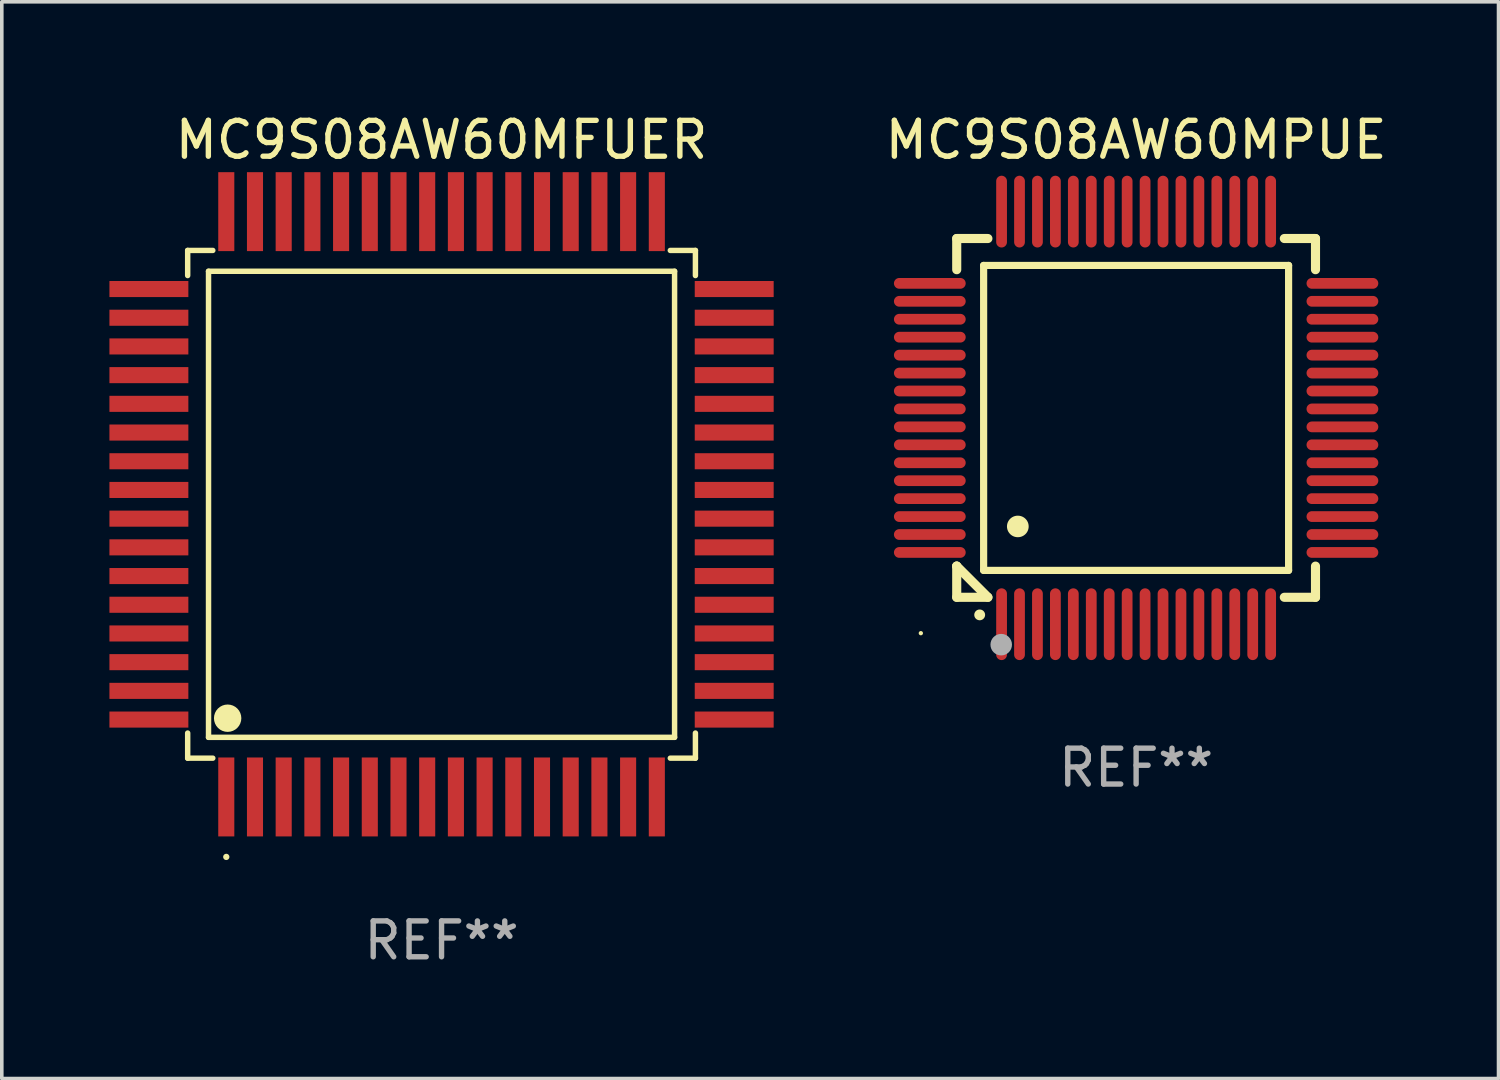
<source format=kicad_pcb>
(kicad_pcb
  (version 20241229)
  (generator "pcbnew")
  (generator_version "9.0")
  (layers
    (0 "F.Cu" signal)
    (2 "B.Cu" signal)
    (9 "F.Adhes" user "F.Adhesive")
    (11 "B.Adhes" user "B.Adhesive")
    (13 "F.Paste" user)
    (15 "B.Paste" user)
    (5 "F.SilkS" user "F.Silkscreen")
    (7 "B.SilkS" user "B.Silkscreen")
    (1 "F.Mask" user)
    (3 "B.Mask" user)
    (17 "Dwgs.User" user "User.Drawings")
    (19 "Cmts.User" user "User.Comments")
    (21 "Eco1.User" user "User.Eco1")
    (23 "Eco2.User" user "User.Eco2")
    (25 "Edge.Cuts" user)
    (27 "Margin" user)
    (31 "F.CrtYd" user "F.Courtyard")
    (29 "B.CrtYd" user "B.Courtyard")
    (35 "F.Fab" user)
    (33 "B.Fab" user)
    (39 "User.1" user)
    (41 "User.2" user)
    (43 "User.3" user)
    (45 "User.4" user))
  (footprint "MC9S08AW60MFUER"
    (layer "F.Cu")
    (at 9.257 11.006)
    (property "Reference" "MC9S08AW60MFUER" (at 0 -10.157 0) (layer "F.SilkS") (effects (font (size 1 1) (thickness 0.15))))
    (attr through_hole)
    (fp_line (start -7.076 -7.076) (end -7.076 -6.376) (stroke (width 0.152) (type solid)) (layer "F.SilkS"))
    (fp_line (start -7.076 7.076) (end -7.076 6.376) (stroke (width 0.152) (type solid)) (layer "F.SilkS"))
    (fp_line (start -6.495 -6.495) (end 6.495 -6.495) (stroke (width 0.152) (type solid)) (layer "F.SilkS"))
    (fp_line (start -6.495 6.495) (end -6.495 -6.495) (stroke (width 0.152) (type solid)) (layer "F.SilkS"))
    (fp_line (start -6.376 -7.076) (end -7.076 -7.076) (stroke (width 0.152) (type solid)) (layer "F.SilkS"))
    (fp_line (start -6.376 7.076) (end -7.076 7.076) (stroke (width 0.152) (type solid)) (layer "F.SilkS"))
    (fp_line (start 6.376 -7.076) (end 7.076 -7.076) (stroke (width 0.152) (type solid)) (layer "F.SilkS"))
    (fp_line (start 6.376 7.076) (end 7.076 7.076) (stroke (width 0.152) (type solid)) (layer "F.SilkS"))
    (fp_line (start 6.495 -6.495) (end 6.495 6.495) (stroke (width 0.152) (type solid)) (layer "F.SilkS"))
    (fp_line (start 6.495 6.495) (end -6.495 6.495) (stroke (width 0.152) (type solid)) (layer "F.SilkS"))
    (fp_line (start 7.076 -7.076) (end 7.076 -6.376) (stroke (width 0.152) (type solid)) (layer "F.SilkS"))
    (fp_line (start 7.076 7.076) (end 7.076 6.376) (stroke (width 0.152) (type solid)) (layer "F.SilkS"))
    (fp_circle (center -6 9.828) (end -5.956 9.828) (stroke (width 0.088) (type solid)) (fill no) (layer "F.SilkS"))
    (fp_circle (center -5.962 5.962) (end -5.771 5.962) (stroke (width 0.381) (type solid)) (fill no) (layer "F.SilkS"))
    (fp_text user "REF**" (at 0 12.157 0) (layer "F.Fab") (effects (font (size 1 1) (thickness 0.15))))
    (pad "1" smd rect (at -6 8.157 90) (size 2.2 0.448) (layers "F.Cu" "F.Mask" "F.Paste"))
    (pad "2" smd rect (at -5.2 8.157 90) (size 2.2 0.448) (layers "F.Cu" "F.Mask" "F.Paste"))
    (pad "3" smd rect (at -4.4 8.157 90) (size 2.2 0.448) (layers "F.Cu" "F.Mask" "F.Paste"))
    (pad "4" smd rect (at -3.6 8.157 90) (size 2.2 0.448) (layers "F.Cu" "F.Mask" "F.Paste"))
    (pad "5" smd rect (at -2.8 8.157 90) (size 2.2 0.448) (layers "F.Cu" "F.Mask" "F.Paste"))
    (pad "6" smd rect (at -2 8.157 90) (size 2.2 0.448) (layers "F.Cu" "F.Mask" "F.Paste"))
    (pad "7" smd rect (at -1.2 8.157 90) (size 2.2 0.448) (layers "F.Cu" "F.Mask" "F.Paste"))
    (pad "8" smd rect (at -0.4 8.157 90) (size 2.2 0.448) (layers "F.Cu" "F.Mask" "F.Paste"))
    (pad "9" smd rect (at 0.4 8.157 90) (size 2.2 0.448) (layers "F.Cu" "F.Mask" "F.Paste"))
    (pad "10" smd rect (at 1.2 8.157 90) (size 2.2 0.448) (layers "F.Cu" "F.Mask" "F.Paste"))
    (pad "11" smd rect (at 2 8.157 90) (size 2.2 0.448) (layers "F.Cu" "F.Mask" "F.Paste"))
    (pad "12" smd rect (at 2.8 8.157 90) (size 2.2 0.448) (layers "F.Cu" "F.Mask" "F.Paste"))
    (pad "13" smd rect (at 3.6 8.157 90) (size 2.2 0.448) (layers "F.Cu" "F.Mask" "F.Paste"))
    (pad "14" smd rect (at 4.4 8.157 90) (size 2.2 0.448) (layers "F.Cu" "F.Mask" "F.Paste"))
    (pad "15" smd rect (at 5.2 8.157 90) (size 2.2 0.448) (layers "F.Cu" "F.Mask" "F.Paste"))
    (pad "16" smd rect (at 6 8.157 90) (size 2.2 0.448) (layers "F.Cu" "F.Mask" "F.Paste"))
    (pad "17" smd rect (at 8.157 6 90) (size 0.448 2.2) (layers "F.Cu" "F.Mask" "F.Paste"))
    (pad "18" smd rect (at 8.157 5.2 90) (size 0.448 2.2) (layers "F.Cu" "F.Mask" "F.Paste"))
    (pad "19" smd rect (at 8.157 4.4 90) (size 0.448 2.2) (layers "F.Cu" "F.Mask" "F.Paste"))
    (pad "20" smd rect (at 8.157 3.6 90) (size 0.448 2.2) (layers "F.Cu" "F.Mask" "F.Paste"))
    (pad "21" smd rect (at 8.157 2.8 90) (size 0.448 2.2) (layers "F.Cu" "F.Mask" "F.Paste"))
    (pad "22" smd rect (at 8.157 2 90) (size 0.448 2.2) (layers "F.Cu" "F.Mask" "F.Paste"))
    (pad "23" smd rect (at 8.157 1.2 90) (size 0.448 2.2) (layers "F.Cu" "F.Mask" "F.Paste"))
    (pad "24" smd rect (at 8.157 0.4 90) (size 0.448 2.2) (layers "F.Cu" "F.Mask" "F.Paste"))
    (pad "25" smd rect (at 8.157 -0.4 90) (size 0.448 2.2) (layers "F.Cu" "F.Mask" "F.Paste"))
    (pad "26" smd rect (at 8.157 -1.2 90) (size 0.448 2.2) (layers "F.Cu" "F.Mask" "F.Paste"))
    (pad "27" smd rect (at 8.157 -2 90) (size 0.448 2.2) (layers "F.Cu" "F.Mask" "F.Paste"))
    (pad "28" smd rect (at 8.157 -2.8 90) (size 0.448 2.2) (layers "F.Cu" "F.Mask" "F.Paste"))
    (pad "29" smd rect (at 8.157 -3.6 90) (size 0.448 2.2) (layers "F.Cu" "F.Mask" "F.Paste"))
    (pad "30" smd rect (at 8.157 -4.4 90) (size 0.448 2.2) (layers "F.Cu" "F.Mask" "F.Paste"))
    (pad "31" smd rect (at 8.157 -5.2 90) (size 0.448 2.2) (layers "F.Cu" "F.Mask" "F.Paste"))
    (pad "32" smd rect (at 8.157 -6 90) (size 0.448 2.2) (layers "F.Cu" "F.Mask" "F.Paste"))
    (pad "33" smd rect (at 6 -8.157 90) (size 2.2 0.448) (layers "F.Cu" "F.Mask" "F.Paste"))
    (pad "34" smd rect (at 5.2 -8.157 90) (size 2.2 0.448) (layers "F.Cu" "F.Mask" "F.Paste"))
    (pad "35" smd rect (at 4.4 -8.157 90) (size 2.2 0.448) (layers "F.Cu" "F.Mask" "F.Paste"))
    (pad "36" smd rect (at 3.6 -8.157 90) (size 2.2 0.448) (layers "F.Cu" "F.Mask" "F.Paste"))
    (pad "37" smd rect (at 2.8 -8.157 90) (size 2.2 0.448) (layers "F.Cu" "F.Mask" "F.Paste"))
    (pad "38" smd rect (at 2 -8.157 90) (size 2.2 0.448) (layers "F.Cu" "F.Mask" "F.Paste"))
    (pad "39" smd rect (at 1.2 -8.157 90) (size 2.2 0.448) (layers "F.Cu" "F.Mask" "F.Paste"))
    (pad "40" smd rect (at 0.4 -8.157 90) (size 2.2 0.448) (layers "F.Cu" "F.Mask" "F.Paste"))
    (pad "41" smd rect (at -0.4 -8.157 90) (size 2.2 0.448) (layers "F.Cu" "F.Mask" "F.Paste"))
    (pad "42" smd rect (at -1.2 -8.157 90) (size 2.2 0.448) (layers "F.Cu" "F.Mask" "F.Paste"))
    (pad "43" smd rect (at -2 -8.157 90) (size 2.2 0.448) (layers "F.Cu" "F.Mask" "F.Paste"))
    (pad "44" smd rect (at -2.8 -8.157 90) (size 2.2 0.448) (layers "F.Cu" "F.Mask" "F.Paste"))
    (pad "45" smd rect (at -3.6 -8.157 90) (size 2.2 0.448) (layers "F.Cu" "F.Mask" "F.Paste"))
    (pad "46" smd rect (at -4.4 -8.157 90) (size 2.2 0.448) (layers "F.Cu" "F.Mask" "F.Paste"))
    (pad "47" smd rect (at -5.2 -8.157 90) (size 2.2 0.448) (layers "F.Cu" "F.Mask" "F.Paste"))
    (pad "48" smd rect (at -6 -8.157 90) (size 2.2 0.448) (layers "F.Cu" "F.Mask" "F.Paste"))
    (pad "49" smd rect (at -8.157 -6 90) (size 0.448 2.2) (layers "F.Cu" "F.Mask" "F.Paste"))
    (pad "50" smd rect (at -8.157 -5.2 90) (size 0.448 2.2) (layers "F.Cu" "F.Mask" "F.Paste"))
    (pad "51" smd rect (at -8.157 -4.4 90) (size 0.448 2.2) (layers "F.Cu" "F.Mask" "F.Paste"))
    (pad "52" smd rect (at -8.157 -3.6 90) (size 0.448 2.2) (layers "F.Cu" "F.Mask" "F.Paste"))
    (pad "53" smd rect (at -8.157 -2.8 90) (size 0.448 2.2) (layers "F.Cu" "F.Mask" "F.Paste"))
    (pad "54" smd rect (at -8.157 -2 90) (size 0.448 2.2) (layers "F.Cu" "F.Mask" "F.Paste"))
    (pad "55" smd rect (at -8.157 -1.2 90) (size 0.448 2.2) (layers "F.Cu" "F.Mask" "F.Paste"))
    (pad "56" smd rect (at -8.157 -0.4 90) (size 0.448 2.2) (layers "F.Cu" "F.Mask" "F.Paste"))
    (pad "57" smd rect (at -8.157 0.4 90) (size 0.448 2.2) (layers "F.Cu" "F.Mask" "F.Paste"))
    (pad "58" smd rect (at -8.157 1.2 90) (size 0.448 2.2) (layers "F.Cu" "F.Mask" "F.Paste"))
    (pad "59" smd rect (at -8.157 2 90) (size 0.448 2.2) (layers "F.Cu" "F.Mask" "F.Paste"))
    (pad "60" smd rect (at -8.157 2.8 90) (size 0.448 2.2) (layers "F.Cu" "F.Mask" "F.Paste"))
    (pad "61" smd rect (at -8.157 3.6 90) (size 0.448 2.2) (layers "F.Cu" "F.Mask" "F.Paste"))
    (pad "62" smd rect (at -8.157 4.4 90) (size 0.448 2.2) (layers "F.Cu" "F.Mask" "F.Paste"))
    (pad "63" smd rect (at -8.157 5.2 90) (size 0.448 2.2) (layers "F.Cu" "F.Mask" "F.Paste"))
    (pad "64" smd rect (at -8.157 6 90) (size 0.448 2.2) (layers "F.Cu" "F.Mask" "F.Paste")))
  (footprint "MC9S08AW60MPUE"
    (layer "F.Cu")
    (at 28.616 8.598)
    (property "Reference" "MC9S08AW60MPUE" (at 0 -7.75 0) (layer "F.SilkS") (effects (font (size 1 1) (thickness 0.15))))
    (attr through_hole)
    (fp_line (start -5 -5) (end -4.131 -5) (stroke (width 0.254) (type solid)) (layer "F.SilkS"))
    (fp_line (start -5 -4.131) (end -5 -5) (stroke (width 0.254) (type solid)) (layer "F.SilkS"))
    (fp_line (start -5 4.131) (end -5 4.131) (stroke (width 0.254) (type solid)) (layer "F.SilkS"))
    (fp_line (start -5 5) (end -5 4.131) (stroke (width 0.254) (type solid)) (layer "F.SilkS"))
    (fp_line (start -5 4.131) (end -4.131 5) (stroke (width 0.254) (type solid)) (layer "F.SilkS"))
    (fp_line (start -4.25 -4.25) (end -4.25 4.25) (stroke (width 0.2) (type solid)) (layer "F.SilkS"))
    (fp_line (start -4.25 4.25) (end 4.25 4.25) (stroke (width 0.2) (type solid)) (layer "F.SilkS"))
    (fp_line (start -4.131 5) (end -5 5) (stroke (width 0.254) (type solid)) (layer "F.SilkS"))
    (fp_line (start 4.25 -4.25) (end -4.25 -4.25) (stroke (width 0.2) (type solid)) (layer "F.SilkS"))
    (fp_line (start 4.25 4.25) (end 4.25 -4.25) (stroke (width 0.2) (type solid)) (layer "F.SilkS"))
    (fp_line (start 5 -5) (end 4.131 -5) (stroke (width 0.254) (type solid)) (layer "F.SilkS"))
    (fp_line (start 5 -5) (end 5 -4.131) (stroke (width 0.254) (type solid)) (layer "F.SilkS"))
    (fp_line (start 5 4.131) (end 5 5) (stroke (width 0.254) (type solid)) (layer "F.SilkS"))
    (fp_line (start 5 5) (end 4.131 5) (stroke (width 0.254) (type solid)) (layer "F.SilkS"))
    (fp_arc (start -4.361265 5.489992) (mid -4.359995 5.489987) (end -4.358725 5.489992) (stroke (width 0.3) (type solid)) (layer "F.SilkS"))
    (fp_arc (start -3.299467 3.025146) (mid -3.296927 3.025135) (end -3.294387 3.025146) (stroke (width 0.6) (type solid)) (layer "F.SilkS"))
    (fp_circle (center -6 6) (end -5.97 6) (stroke (width 0.06) (type solid)) (fill no) (layer "F.SilkS"))
    (fp_circle (center -3.76 6.32) (end -3.61 6.32) (stroke (width 0.3) (type solid)) (fill no) (layer "F.Fab"))
    (fp_text user "REF**" (at 0 9.75 0) (layer "F.Fab") (effects (font (size 1 1) (thickness 0.15))))
    (pad "1" smd oval (at -3.75 5.75) (size 0.3 2) (layers "F.Cu" "F.Mask" "F.Paste"))
    (pad "2" smd oval (at -3.25 5.75) (size 0.3 2) (layers "F.Cu" "F.Mask" "F.Paste"))
    (pad "3" smd oval (at -2.75 5.75) (size 0.3 2) (layers "F.Cu" "F.Mask" "F.Paste"))
    (pad "4" smd oval (at -2.25 5.75) (size 0.3 2) (layers "F.Cu" "F.Mask" "F.Paste"))
    (pad "5" smd oval (at -1.75 5.75) (size 0.3 2) (layers "F.Cu" "F.Mask" "F.Paste"))
    (pad "6" smd oval (at -1.25 5.75) (size 0.3 2) (layers "F.Cu" "F.Mask" "F.Paste"))
    (pad "7" smd oval (at -0.75 5.75) (size 0.3 2) (layers "F.Cu" "F.Mask" "F.Paste"))
    (pad "8" smd oval (at -0.25 5.75) (size 0.3 2) (layers "F.Cu" "F.Mask" "F.Paste"))
    (pad "9" smd oval (at 0.25 5.75) (size 0.3 2) (layers "F.Cu" "F.Mask" "F.Paste"))
    (pad "10" smd oval (at 0.75 5.75) (size 0.3 2) (layers "F.Cu" "F.Mask" "F.Paste"))
    (pad "11" smd oval (at 1.25 5.75) (size 0.3 2) (layers "F.Cu" "F.Mask" "F.Paste"))
    (pad "12" smd oval (at 1.75 5.75) (size 0.3 2) (layers "F.Cu" "F.Mask" "F.Paste"))
    (pad "13" smd oval (at 2.25 5.75) (size 0.3 2) (layers "F.Cu" "F.Mask" "F.Paste"))
    (pad "14" smd oval (at 2.75 5.75) (size 0.3 2) (layers "F.Cu" "F.Mask" "F.Paste"))
    (pad "15" smd oval (at 3.25 5.75) (size 0.3 2) (layers "F.Cu" "F.Mask" "F.Paste"))
    (pad "16" smd oval (at 3.75 5.75) (size 0.3 2) (layers "F.Cu" "F.Mask" "F.Paste"))
    (pad "17" smd oval (at 5.75 3.75) (size 2 0.3) (layers "F.Cu" "F.Mask" "F.Paste"))
    (pad "18" smd oval (at 5.75 3.25) (size 2 0.3) (layers "F.Cu" "F.Mask" "F.Paste"))
    (pad "19" smd oval (at 5.75 2.75) (size 2 0.3) (layers "F.Cu" "F.Mask" "F.Paste"))
    (pad "20" smd oval (at 5.75 2.25) (size 2 0.3) (layers "F.Cu" "F.Mask" "F.Paste"))
    (pad "21" smd oval (at 5.75 1.75) (size 2 0.3) (layers "F.Cu" "F.Mask" "F.Paste"))
    (pad "22" smd oval (at 5.75 1.25) (size 2 0.3) (layers "F.Cu" "F.Mask" "F.Paste"))
    (pad "23" smd oval (at 5.75 0.75) (size 2 0.3) (layers "F.Cu" "F.Mask" "F.Paste"))
    (pad "24" smd oval (at 5.75 0.25) (size 2 0.3) (layers "F.Cu" "F.Mask" "F.Paste"))
    (pad "25" smd oval (at 5.75 -0.25) (size 2 0.3) (layers "F.Cu" "F.Mask" "F.Paste"))
    (pad "26" smd oval (at 5.75 -0.75) (size 2 0.3) (layers "F.Cu" "F.Mask" "F.Paste"))
    (pad "27" smd oval (at 5.75 -1.25) (size 2 0.3) (layers "F.Cu" "F.Mask" "F.Paste"))
    (pad "28" smd oval (at 5.75 -1.75) (size 2 0.3) (layers "F.Cu" "F.Mask" "F.Paste"))
    (pad "29" smd oval (at 5.75 -2.25) (size 2 0.3) (layers "F.Cu" "F.Mask" "F.Paste"))
    (pad "30" smd oval (at 5.75 -2.75) (size 2 0.3) (layers "F.Cu" "F.Mask" "F.Paste"))
    (pad "31" smd oval (at 5.75 -3.25) (size 2 0.3) (layers "F.Cu" "F.Mask" "F.Paste"))
    (pad "32" smd oval (at 5.75 -3.75) (size 2 0.3) (layers "F.Cu" "F.Mask" "F.Paste"))
    (pad "33" smd oval (at 3.75 -5.75) (size 0.3 2) (layers "F.Cu" "F.Mask" "F.Paste"))
    (pad "34" smd oval (at 3.25 -5.75) (size 0.3 2) (layers "F.Cu" "F.Mask" "F.Paste"))
    (pad "35" smd oval (at 2.75 -5.75) (size 0.3 2) (layers "F.Cu" "F.Mask" "F.Paste"))
    (pad "36" smd oval (at 2.25 -5.75) (size 0.3 2) (layers "F.Cu" "F.Mask" "F.Paste"))
    (pad "37" smd oval (at 1.75 -5.75) (size 0.3 2) (layers "F.Cu" "F.Mask" "F.Paste"))
    (pad "38" smd oval (at 1.25 -5.75) (size 0.3 2) (layers "F.Cu" "F.Mask" "F.Paste"))
    (pad "39" smd oval (at 0.75 -5.75) (size 0.3 2) (layers "F.Cu" "F.Mask" "F.Paste"))
    (pad "40" smd oval (at 0.25 -5.75) (size 0.3 2) (layers "F.Cu" "F.Mask" "F.Paste"))
    (pad "41" smd oval (at -0.25 -5.75) (size 0.3 2) (layers "F.Cu" "F.Mask" "F.Paste"))
    (pad "42" smd oval (at -0.75 -5.75) (size 0.3 2) (layers "F.Cu" "F.Mask" "F.Paste"))
    (pad "43" smd oval (at -1.25 -5.75) (size 0.3 2) (layers "F.Cu" "F.Mask" "F.Paste"))
    (pad "44" smd oval (at -1.75 -5.75) (size 0.3 2) (layers "F.Cu" "F.Mask" "F.Paste"))
    (pad "45" smd oval (at -2.25 -5.75) (size 0.3 2) (layers "F.Cu" "F.Mask" "F.Paste"))
    (pad "46" smd oval (at -2.75 -5.75) (size 0.3 2) (layers "F.Cu" "F.Mask" "F.Paste"))
    (pad "47" smd oval (at -3.25 -5.75) (size 0.3 2) (layers "F.Cu" "F.Mask" "F.Paste"))
    (pad "48" smd oval (at -3.75 -5.75) (size 0.3 2) (layers "F.Cu" "F.Mask" "F.Paste"))
    (pad "49" smd oval (at -5.75 -3.75) (size 2 0.3) (layers "F.Cu" "F.Mask" "F.Paste"))
    (pad "50" smd oval (at -5.75 -3.25) (size 2 0.3) (layers "F.Cu" "F.Mask" "F.Paste"))
    (pad "51" smd oval (at -5.75 -2.75) (size 2 0.3) (layers "F.Cu" "F.Mask" "F.Paste"))
    (pad "52" smd oval (at -5.75 -2.25) (size 2 0.3) (layers "F.Cu" "F.Mask" "F.Paste"))
    (pad "53" smd oval (at -5.75 -1.75) (size 2 0.3) (layers "F.Cu" "F.Mask" "F.Paste"))
    (pad "54" smd oval (at -5.75 -1.25) (size 2 0.3) (layers "F.Cu" "F.Mask" "F.Paste"))
    (pad "55" smd oval (at -5.75 -0.75) (size 2 0.3) (layers "F.Cu" "F.Mask" "F.Paste"))
    (pad "56" smd oval (at -5.75 -0.25) (size 2 0.3) (layers "F.Cu" "F.Mask" "F.Paste"))
    (pad "57" smd oval (at -5.75 0.25) (size 2 0.3) (layers "F.Cu" "F.Mask" "F.Paste"))
    (pad "58" smd oval (at -5.75 0.75) (size 2 0.3) (layers "F.Cu" "F.Mask" "F.Paste"))
    (pad "59" smd oval (at -5.75 1.25) (size 2 0.3) (layers "F.Cu" "F.Mask" "F.Paste"))
    (pad "60" smd oval (at -5.75 1.75) (size 2 0.3) (layers "F.Cu" "F.Mask" "F.Paste"))
    (pad "61" smd oval (at -5.75 2.25) (size 2 0.3) (layers "F.Cu" "F.Mask" "F.Paste"))
    (pad "62" smd oval (at -5.75 2.75) (size 2 0.3) (layers "F.Cu" "F.Mask" "F.Paste"))
    (pad "63" smd oval (at -5.75 3.25) (size 2 0.3) (layers "F.Cu" "F.Mask" "F.Paste"))
    (pad "64" smd oval (at -5.75 3.75) (size 2 0.3) (layers "F.Cu" "F.Mask" "F.Paste")))
  (gr_rect
    (start -3 -3)
    (end 38.717 27.011)
    (stroke (width 0.1) (type default))
    (fill no)
    (layer "Edge.Cuts")))
</source>
